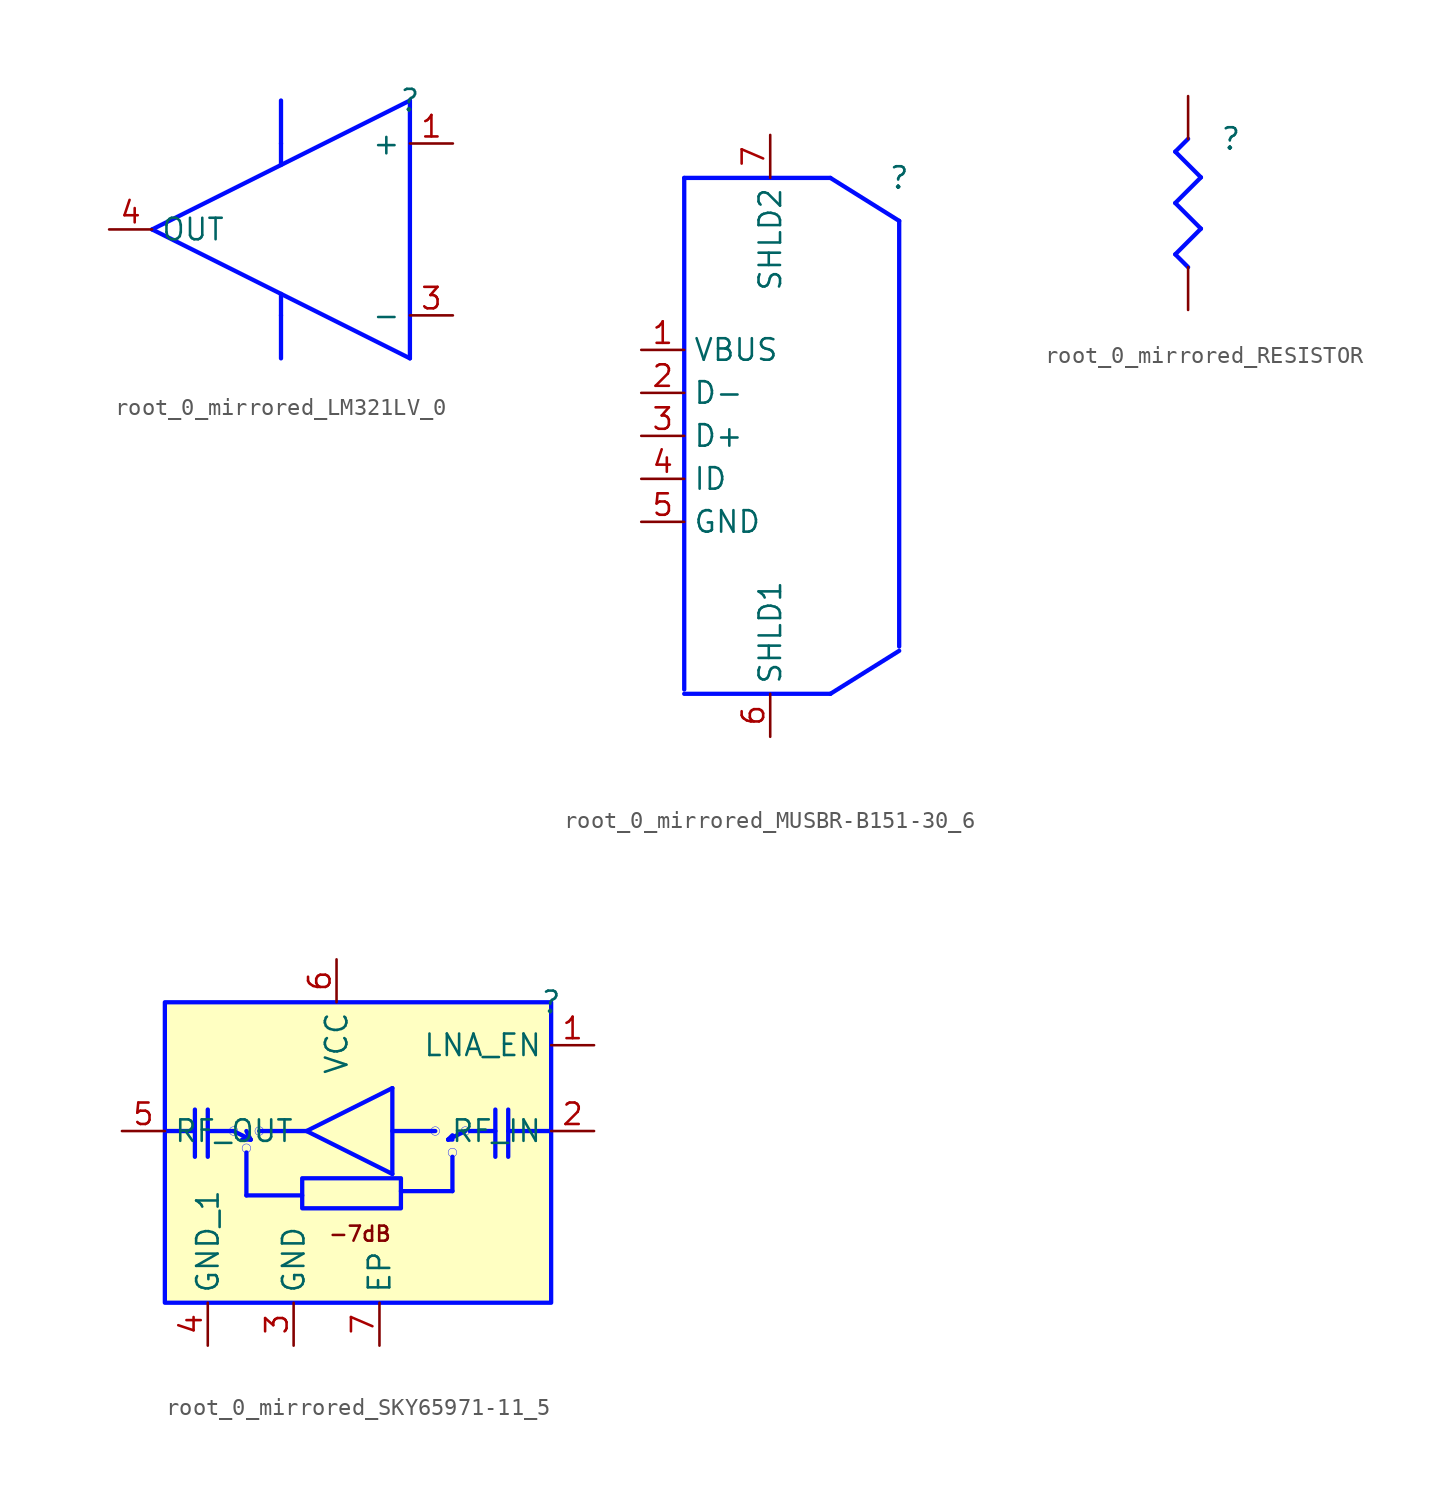
<source format=kicad_sym>
(kicad_symbol_lib
  (version 20231120)
  (generator "kicad_symbol_editor")
  (generator_version "8.0")
  (symbol "root_0_mirrored_LM321LV_0"
    (property "Reference" ""
      (at 0 0 0)
      (effects (font (size 1.27 1.27))))
    (property "Value" ""
      (at 0 0 0)
      (effects (font (size 1.27 1.27))))
    (symbol "root_0_mirrored_LM321LV_0_1_0"
      (polyline (pts (xy -15.24 -7.62) (xy 0 0)) (stroke (width 0.254) (type solid) (color 0 11 255 1)) (fill (type none)))
      (polyline (pts (xy -7.62 -12.7) (xy -7.62 -15.24)) (stroke (width 0.254) (type solid) (color 0 11 255 1)) (fill (type none)))
      (polyline (pts (xy -7.62 -12.7) (xy -7.62 -11.43)) (stroke (width 0.254) (type solid) (color 0 11 255 1)) (fill (type none)))
      (polyline (pts (xy -7.62 -2.54) (xy -7.62 -3.81)) (stroke (width 0.254) (type solid) (color 0 11 255 1)) (fill (type none)))
      (polyline (pts (xy -7.62 -2.54) (xy -7.62 0)) (stroke (width 0.254) (type solid) (color 0 11 255 1)) (fill (type none)))
      (polyline (pts (xy 0 -15.24) (xy -15.24 -7.62)) (stroke (width 0.254) (type solid) (color 0 11 255 1)) (fill (type none)))
      (polyline (pts (xy 0 0) (xy 0 -15.24)) (stroke (width 0.254) (type solid) (color 0 11 255 1)) (fill (type none)))
      (pin input line (at 2.54 -2.54 180) (length 2.54) (name "+" (effects (font (size 1.27 1.27)))) (number "1" (effects (font (size 1.27 1.27)))))
      (pin power_in line (at -7.62 -15.24 90) (length 0) hide (name "V-" (effects (font (size 1.27 1.27)))) (number "2" (effects (font (size 1.27 1.27)))))
      (pin input line (at 2.54 -12.7 180) (length 2.54) (name "-" (effects (font (size 1.27 1.27)))) (number "3" (effects (font (size 1.27 1.27)))))
      (pin output line (at -17.78 -7.62 0) (length 2.54) (name "OUT" (effects (font (size 1.27 1.27)))) (number "4" (effects (font (size 1.27 1.27)))))
      (pin power_in line (at -7.62 0 270) (length 0) hide (name "V+" (effects (font (size 1.27 1.27)))) (number "5" (effects (font (size 1.27 1.27)))))))
  (symbol "root_0_mirrored_MUSBR-B151-30_6"
    (property "Reference" ""
      (at 0 0 0)
      (effects (font (size 1.27 1.27))))
    (property "Value" ""
      (at 0 0 0)
      (effects (font (size 1.27 1.27))))
    (symbol "root_0_mirrored_MUSBR-B151-30_6_1_0"
      (polyline (pts (xy -12.7 -30.48) (xy -4.064 -30.48)) (stroke (width 0.254) (type solid) (color 0 11 255 1)) (fill (type none)))
      (polyline (pts (xy -12.7 -30.226) (xy -12.7 0)) (stroke (width 0.254) (type solid) (color 0 11 255 1)) (fill (type none)))
      (polyline (pts (xy -12.7 0) (xy -4.064 0)) (stroke (width 0.254) (type solid) (color 0 11 255 1)) (fill (type none)))
      (polyline (pts (xy 0 -27.94) (xy -4.064 -30.48)) (stroke (width 0.254) (type solid) (color 0 11 255 1)) (fill (type none)))
      (polyline (pts (xy 0 -2.54) (xy -4.064 0)) (stroke (width 0.254) (type solid) (color 0 11 255 1)) (fill (type none)))
      (polyline (pts (xy 0 -2.54) (xy 0 -27.686)) (stroke (width 0.254) (type solid) (color 0 11 255 1)) (fill (type none)))
      (pin passive line (at -15.24 -10.16 0) (length 2.54) (name "VBUS" (effects (font (size 1.27 1.27)))) (number "1" (effects (font (size 1.27 1.27)))))
      (pin passive line (at -15.24 -12.7 0) (length 2.54) (name "D-" (effects (font (size 1.27 1.27)))) (number "2" (effects (font (size 1.27 1.27)))))
      (pin passive line (at -15.24 -15.24 0) (length 2.54) (name "D+" (effects (font (size 1.27 1.27)))) (number "3" (effects (font (size 1.27 1.27)))))
      (pin passive line (at -15.24 -17.78 0) (length 2.54) (name "ID" (effects (font (size 1.27 1.27)))) (number "4" (effects (font (size 1.27 1.27)))))
      (pin passive line (at -15.24 -20.32 0) (length 2.54) (name "GND" (effects (font (size 1.27 1.27)))) (number "5" (effects (font (size 1.27 1.27)))))
      (pin passive line (at -7.62 -33.02 90) (length 2.54) (name "SHLD1" (effects (font (size 1.27 1.27)))) (number "6" (effects (font (size 1.27 1.27)))))
      (pin passive line (at -7.62 2.54 270) (length 2.54) (name "SHLD2" (effects (font (size 1.27 1.27)))) (number "7" (effects (font (size 1.27 1.27)))))))
  (symbol "root_0_mirrored_RESISTOR"
    (property "Reference" ""
      (at 0 0 0)
      (effects (font (size 1.27 1.27))))
    (property "Value" ""
      (at 0 0 0)
      (effects (font (size 1.27 1.27))))
    (symbol "root_0_mirrored_RESISTOR_1_0"
      (polyline (pts (xy -3.302 -6.858) (xy -2.54 -7.62)) (stroke (width 0.254) (type solid) (color 0 11 255 1)) (fill (type none)))
      (polyline (pts (xy -3.302 -3.81) (xy -1.778 -5.334)) (stroke (width 0.254) (type solid) (color 0 11 255 1)) (fill (type none)))
      (polyline (pts (xy -3.302 -0.762) (xy -1.778 -2.286)) (stroke (width 0.254) (type solid) (color 0 11 255 1)) (fill (type none)))
      (polyline (pts (xy -2.54 0) (xy -3.302 -0.762)) (stroke (width 0.254) (type solid) (color 0 11 255 1)) (fill (type none)))
      (polyline (pts (xy -1.778 -5.334) (xy -3.302 -6.858)) (stroke (width 0.254) (type solid) (color 0 11 255 1)) (fill (type none)))
      (polyline (pts (xy -1.778 -2.286) (xy -3.302 -3.81)) (stroke (width 0.254) (type solid) (color 0 11 255 1)) (fill (type none)))
      (pin passive line (at -2.54 2.54 270) (length 2.54) (name "1" (effects (font (size 0 0)))) (number "1" (effects (font (size 0 0)))))
      (pin passive line (at -2.54 -10.16 90) (length 2.54) (name "2" (effects (font (size 0 0)))) (number "2" (effects (font (size 0 0)))))))
  (symbol "root_0_mirrored_SKY65971-11_5"
    (property "Reference" ""
      (at 0 0 0)
      (effects (font (size 1.27 1.27))))
    (property "Value" ""
      (at 0 0 0)
      (effects (font (size 1.27 1.27))))
    (symbol "root_0_mirrored_SKY65971-11_5_1_0"
      (circle (center -18.796 -7.62) (radius 0.254) (stroke (width 0.025) (type solid) (color 0 11 255 1)) (fill (type color) (color 0 0 255 1)))
      (circle (center -18.034 -8.636) (radius 0.254) (stroke (width 0.025) (type solid) (color 0 11 255 1)) (fill (type color) (color 0 0 255 1)))
      (circle (center -17.272 -7.62) (radius 0.254) (stroke (width 0.025) (type solid) (color 0 11 255 1)) (fill (type color) (color 0 0 255 1)))
      (rectangle (start -8.89 -10.414) (end -14.732 -12.192) (stroke (width 0.254) (type solid) (color 0 11 255 1)) (fill (type background)))
      (circle (center -6.858 -7.62) (radius 0.254) (stroke (width 0.025) (type solid) (color 0 11 255 1)) (fill (type color) (color 0 0 255 1)))
      (circle (center -5.842 -8.89) (radius 0.254) (stroke (width 0.025) (type solid) (color 0 11 255 1)) (fill (type color) (color 0 0 255 1)))
      (circle (center -5.08 -7.62) (radius 0.254) (stroke (width 0.025) (type solid) (color 0 11 255 1)) (fill (type color) (color 0 0 255 1)))
      (rectangle (start 0 0) (end -22.86 -17.78) (stroke (width 0.254) (type solid) (color 0 11 255 1)) (fill (type background)))
      (polyline (pts (xy -21.082 -7.62) (xy -22.86 -7.62)) (stroke (width 0.254) (type solid) (color 0 11 255 1)) (fill (type none)))
      (polyline (pts (xy -21.082 -6.35) (xy -21.082 -9.144)) (stroke (width 0.254) (type solid) (color 0 11 255 1)) (fill (type none)))
      (polyline (pts (xy -20.32 -6.35) (xy -20.32 -9.144)) (stroke (width 0.254) (type solid) (color 0 11 255 1)) (fill (type none)))
      (polyline (pts (xy -18.796 -7.62) (xy -20.32 -7.62)) (stroke (width 0.254) (type solid) (color 0 11 255 1)) (fill (type none)))
      (polyline (pts (xy -18.796 -7.62) (xy -17.78 -8.128)) (stroke (width 0.254) (type solid) (color 0 11 255 1)) (fill (type none)))
      (polyline (pts (xy -18.034 -11.43) (xy -18.034 -8.89)) (stroke (width 0.254) (type solid) (color 0 11 255 1)) (fill (type none)))
      (polyline (pts (xy -17.78 -8.128) (xy -18.288 -8.128)) (stroke (width 0.254) (type solid) (color 0 11 255 1)) (fill (type none)))
      (polyline (pts (xy -17.78 -8.128) (xy -18.034 -7.62)) (stroke (width 0.254) (type solid) (color 0 11 255 1)) (fill (type none)))
      (polyline (pts (xy -14.732 -11.43) (xy -18.034 -11.43)) (stroke (width 0.254) (type solid) (color 0 11 255 1)) (fill (type none)))
      (polyline (pts (xy -14.478 -7.62) (xy -17.272 -7.62)) (stroke (width 0.254) (type solid) (color 0 11 255 1)) (fill (type none)))
      (polyline (pts (xy -14.478 -7.62) (xy -9.398 -10.16)) (stroke (width 0.254) (type solid) (color 0 11 255 1)) (fill (type none)))
      (polyline (pts (xy -14.478 -7.62) (xy -9.398 -5.08)) (stroke (width 0.254) (type solid) (color 0 11 255 1)) (fill (type none)))
      (polyline (pts (xy -9.398 -5.08) (xy -9.398 -10.16)) (stroke (width 0.254) (type solid) (color 0 11 255 1)) (fill (type none)))
      (polyline (pts (xy -6.858 -7.62) (xy -9.398 -7.62)) (stroke (width 0.254) (type solid) (color 0 11 255 1)) (fill (type none)))
      (polyline (pts (xy -6.096 -8.128) (xy -5.842 -8.128)) (stroke (width 0.254) (type solid) (color 0 11 255 1)) (fill (type none)))
      (polyline (pts (xy -6.096 -8.128) (xy -5.842 -7.874)) (stroke (width 0.254) (type solid) (color 0 11 255 1)) (fill (type none)))
      (polyline (pts (xy -5.842 -11.176) (xy -8.89 -11.176)) (stroke (width 0.254) (type solid) (color 0 11 255 1)) (fill (type none)))
      (polyline (pts (xy -5.842 -9.144) (xy -5.842 -11.176)) (stroke (width 0.254) (type solid) (color 0 11 255 1)) (fill (type none)))
      (polyline (pts (xy -5.08 -7.62) (xy -6.096 -8.128)) (stroke (width 0.254) (type solid) (color 0 11 255 1)) (fill (type none)))
      (polyline (pts (xy -4.826 -7.62) (xy -3.302 -7.62)) (stroke (width 0.254) (type solid) (color 0 11 255 1)) (fill (type none)))
      (polyline (pts (xy -3.302 -6.35) (xy -3.302 -9.144)) (stroke (width 0.254) (type solid) (color 0 11 255 1)) (fill (type none)))
      (polyline (pts (xy -2.54 -6.35) (xy -2.54 -9.144)) (stroke (width 0.254) (type solid) (color 0 11 255 1)) (fill (type none)))
      (polyline (pts (xy 0 -7.62) (xy -2.54 -7.62)) (stroke (width 0.254) (type solid) (color 0 11 255 1)) (fill (type none)))
      (text "-7dB" (at -9.398 -14.224 0) (effects (font (size 0.889 0.889)) (justify right bottom)))
      (pin passive line (at 2.54 -2.54 180) (length 2.54) (name "LNA_EN" (effects (font (size 1.27 1.27)))) (number "1" (effects (font (size 1.27 1.27)))))
      (pin passive line (at 2.54 -7.62 180) (length 2.54) (name "RF_IN" (effects (font (size 1.27 1.27)))) (number "2" (effects (font (size 1.27 1.27)))))
      (pin power_in line (at -15.24 -20.32 90) (length 2.54) (name "GND" (effects (font (size 1.27 1.27)))) (number "3" (effects (font (size 1.27 1.27)))))
      (pin power_in line (at -20.32 -20.32 90) (length 2.54) (name "GND_1" (effects (font (size 1.27 1.27)))) (number "4" (effects (font (size 1.27 1.27)))))
      (pin passive line (at -25.4 -7.62 0) (length 2.54) (name "RF_OUT" (effects (font (size 1.27 1.27)))) (number "5" (effects (font (size 1.27 1.27)))))
      (pin power_in line (at -12.7 2.54 270) (length 2.54) (name "VCC" (effects (font (size 1.27 1.27)))) (number "6" (effects (font (size 1.27 1.27)))))
      (pin power_in line (at -10.16 -20.32 90) (length 2.54) (name "EP" (effects (font (size 1.27 1.27)))) (number "7" (effects (font (size 1.27 1.27))))))))
</source>
